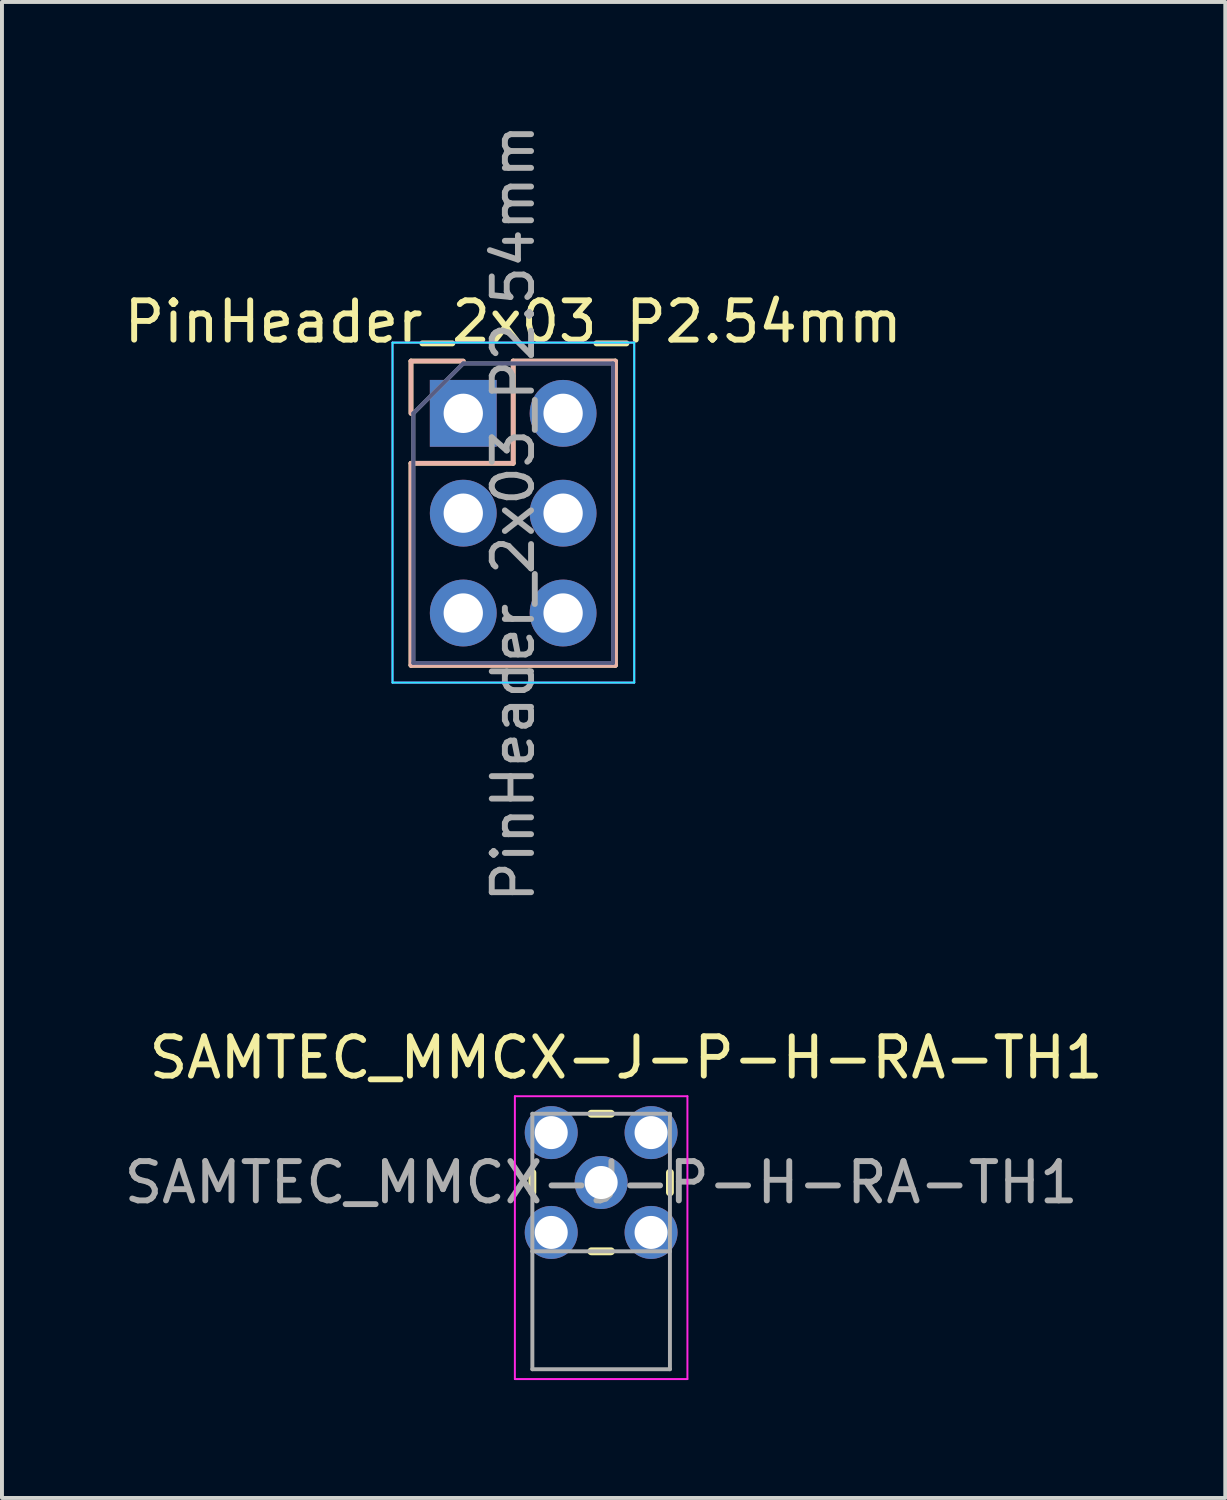
<source format=kicad_pcb>
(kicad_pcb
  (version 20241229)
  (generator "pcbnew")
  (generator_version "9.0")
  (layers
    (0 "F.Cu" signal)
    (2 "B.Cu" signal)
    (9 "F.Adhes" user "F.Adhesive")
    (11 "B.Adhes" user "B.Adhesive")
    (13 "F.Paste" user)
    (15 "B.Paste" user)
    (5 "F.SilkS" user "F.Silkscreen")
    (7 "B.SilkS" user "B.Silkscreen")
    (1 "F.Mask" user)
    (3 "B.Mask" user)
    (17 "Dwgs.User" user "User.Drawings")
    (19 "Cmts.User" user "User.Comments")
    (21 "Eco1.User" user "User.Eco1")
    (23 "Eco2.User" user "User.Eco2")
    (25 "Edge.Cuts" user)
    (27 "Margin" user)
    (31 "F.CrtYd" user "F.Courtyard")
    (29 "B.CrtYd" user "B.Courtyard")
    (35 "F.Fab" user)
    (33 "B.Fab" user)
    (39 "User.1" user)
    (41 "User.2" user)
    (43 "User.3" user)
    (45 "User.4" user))
  (footprint "PinHeader_2x03_P2.54mm"
    (layer "F.Cu")
    (at 8.736 7.466)
    (property "Reference" "PinHeader_2x03_P2.54mm" (at 1.27 -2.33 0) (layer "F.SilkS") (effects (font (size 1 1) (thickness 0.15))))
    (attr through_hole)
    (fp_line (start -1.33 -1.33) (end 0 -1.33) (stroke (width 0.12) (type solid)) (layer "F.SilkS"))
    (fp_line (start -1.33 0) (end -1.33 -1.33) (stroke (width 0.12) (type solid)) (layer "F.SilkS"))
    (fp_line (start -1.33 1.27) (end -1.33 6.41) (stroke (width 0.12) (type solid)) (layer "F.SilkS"))
    (fp_line (start -1.33 1.27) (end 1.27 1.27) (stroke (width 0.12) (type solid)) (layer "F.SilkS"))
    (fp_line (start -1.33 6.41) (end 3.87 6.41) (stroke (width 0.12) (type solid)) (layer "F.SilkS"))
    (fp_line (start 1.27 -1.33) (end 3.87 -1.33) (stroke (width 0.12) (type solid)) (layer "F.SilkS"))
    (fp_line (start 1.27 1.27) (end 1.27 -1.33) (stroke (width 0.12) (type solid)) (layer "F.SilkS"))
    (fp_line (start 3.87 -1.33) (end 3.87 6.41) (stroke (width 0.12) (type solid)) (layer "F.SilkS"))
    (fp_line (start -1.33 -1.33) (end 0 -1.33) (stroke (width 0.12) (type solid)) (layer "B.SilkS"))
    (fp_line (start -1.33 0) (end -1.33 -1.33) (stroke (width 0.12) (type solid)) (layer "B.SilkS"))
    (fp_line (start -1.33 1.27) (end -1.33 6.41) (stroke (width 0.12) (type solid)) (layer "B.SilkS"))
    (fp_line (start -1.33 1.27) (end 1.27 1.27) (stroke (width 0.12) (type solid)) (layer "B.SilkS"))
    (fp_line (start -1.33 6.41) (end 3.87 6.41) (stroke (width 0.12) (type solid)) (layer "B.SilkS"))
    (fp_line (start 1.27 -1.33) (end 3.87 -1.33) (stroke (width 0.12) (type solid)) (layer "B.SilkS"))
    (fp_line (start 1.27 1.27) (end 1.27 -1.33) (stroke (width 0.12) (type solid)) (layer "B.SilkS"))
    (fp_line (start 3.87 -1.33) (end 3.87 6.41) (stroke (width 0.12) (type solid)) (layer "B.SilkS"))
    (fp_line (start -1.8 -1.8) (end -1.8 6.85) (stroke (width 0.05) (type solid)) (layer "B.CrtYd"))
    (fp_line (start -1.8 6.85) (end 4.35 6.85) (stroke (width 0.05) (type solid)) (layer "B.CrtYd"))
    (fp_line (start 4.35 -1.8) (end -1.8 -1.8) (stroke (width 0.05) (type solid)) (layer "B.CrtYd"))
    (fp_line (start 4.35 6.85) (end 4.35 -1.8) (stroke (width 0.05) (type solid)) (layer "B.CrtYd"))
    (fp_line (start -1.8 -1.8) (end -1.8 6.85) (stroke (width 0.05) (type solid)) (layer "F.CrtYd"))
    (fp_line (start -1.8 6.85) (end 4.35 6.85) (stroke (width 0.05) (type solid)) (layer "F.CrtYd"))
    (fp_line (start 4.35 -1.8) (end -1.8 -1.8) (stroke (width 0.05) (type solid)) (layer "F.CrtYd"))
    (fp_line (start 4.35 6.85) (end 4.35 -1.8) (stroke (width 0.05) (type solid)) (layer "F.CrtYd"))
    (fp_line (start -1.27 0) (end 0 -1.27) (stroke (width 0.1) (type solid)) (layer "B.Fab"))
    (fp_line (start -1.27 6.35) (end -1.27 0) (stroke (width 0.1) (type solid)) (layer "B.Fab"))
    (fp_line (start 0 -1.27) (end 3.81 -1.27) (stroke (width 0.1) (type solid)) (layer "B.Fab"))
    (fp_line (start 3.81 -1.27) (end 3.81 6.35) (stroke (width 0.1) (type solid)) (layer "B.Fab"))
    (fp_line (start 3.81 6.35) (end -1.27 6.35) (stroke (width 0.1) (type solid)) (layer "B.Fab"))
    (fp_line (start -1.27 0) (end 0 -1.27) (stroke (width 0.1) (type solid)) (layer "F.Fab"))
    (fp_line (start -1.27 6.35) (end -1.27 0) (stroke (width 0.1) (type solid)) (layer "F.Fab"))
    (fp_line (start 0 -1.27) (end 3.81 -1.27) (stroke (width 0.1) (type solid)) (layer "F.Fab"))
    (fp_line (start 3.81 -1.27) (end 3.81 6.35) (stroke (width 0.1) (type solid)) (layer "F.Fab"))
    (fp_line (start 3.81 6.35) (end -1.27 6.35) (stroke (width 0.1) (type solid)) (layer "F.Fab"))
    (fp_text user "${REFERENCE}" (at 1.27 2.54 90) (layer "F.Fab") (effects (font (size 1 1) (thickness 0.15))))
    (pad "1" thru_hole rect (at 0 0) (size 1.7 1.7) (drill 1) (layers "*.Cu" "*.Mask"))
    (pad "2" thru_hole oval (at 2.54 0) (size 1.7 1.7) (drill 1) (layers "*.Cu" "*.Mask"))
    (pad "3" thru_hole oval (at 0 2.54) (size 1.7 1.7) (drill 1) (layers "*.Cu" "*.Mask"))
    (pad "4" thru_hole oval (at 2.54 2.54) (size 1.7 1.7) (drill 1) (layers "*.Cu" "*.Mask"))
    (pad "5" thru_hole oval (at 0 5.08) (size 1.7 1.7) (drill 1) (layers "*.Cu" "*.Mask"))
    (pad "6" thru_hole oval (at 2.54 5.08) (size 1.7 1.7) (drill 1) (layers "*.Cu" "*.Mask")))
  (footprint "SAMTEC_MMCX-J-P-H-RA-TH1"
    (layer "F.Cu")
    (at 12.244 27.035)
    (property "Reference" "SAMTEC_MMCX-J-P-H-RA-TH1" (at 0.635 -3.175 0) (layer "F.SilkS") (effects (font (size 1 1) (thickness 0.15))))
    (attr through_hole)
    (fp_line (start -1.75 -0.25) (end -1.75 0.25) (stroke (width 0.2) (type solid)) (layer "F.SilkS"))
    (fp_line (start -0.25 -1.75) (end 0.25 -1.75) (stroke (width 0.2) (type solid)) (layer "F.SilkS"))
    (fp_line (start -0.25 1.75) (end 0.25 1.75) (stroke (width 0.2) (type solid)) (layer "F.SilkS"))
    (fp_line (start 1.75 -0.25) (end 1.75 0.25) (stroke (width 0.2) (type solid)) (layer "F.SilkS"))
    (fp_line (start -2.195 -2.195) (end 2.195 -2.195) (stroke (width 0.05) (type solid)) (layer "F.CrtYd"))
    (fp_line (start -2.195 5) (end -2.195 -2.195) (stroke (width 0.05) (type solid)) (layer "F.CrtYd"))
    (fp_line (start 2.195 -2.195) (end 2.195 5) (stroke (width 0.05) (type solid)) (layer "F.CrtYd"))
    (fp_line (start 2.195 5) (end -2.195 5) (stroke (width 0.05) (type solid)) (layer "F.CrtYd"))
    (fp_line (start -1.75 -1.75) (end 1.75 -1.75) (stroke (width 0.1) (type solid)) (layer "F.Fab"))
    (fp_line (start -1.75 1.75) (end -1.75 -1.75) (stroke (width 0.1) (type solid)) (layer "F.Fab"))
    (fp_line (start -1.75 1.75) (end 1.75 1.75) (stroke (width 0.1) (type solid)) (layer "F.Fab"))
    (fp_line (start -1.75 4.75) (end -1.75 1.75) (stroke (width 0.1) (type solid)) (layer "F.Fab"))
    (fp_line (start 1.75 -1.75) (end 1.75 1.75) (stroke (width 0.1) (type solid)) (layer "F.Fab"))
    (fp_line (start 1.75 1.75) (end 1.75 4.75) (stroke (width 0.1) (type solid)) (layer "F.Fab"))
    (fp_line (start 1.75 4.75) (end -1.75 4.75) (stroke (width 0.1) (type solid)) (layer "F.Fab"))
    (fp_text user "${REFERENCE}" (at 0 0 0) (layer "F.Fab") (effects (font (size 1 1) (thickness 0.15))))
    (pad "1" thru_hole circle (at 0 0) (size 1.348 1.348) (drill 0.84) (layers "*.Cu" "*.Mask"))
    (pad "2" thru_hole circle (at -1.27 -1.27) (size 1.348 1.348) (drill 0.84) (layers "*.Cu" "*.Mask"))
    (pad "2" thru_hole circle (at -1.27 1.27) (size 1.348 1.348) (drill 0.84) (layers "*.Cu" "*.Mask"))
    (pad "2" thru_hole circle (at 1.27 -1.27) (size 1.348 1.348) (drill 0.84) (layers "*.Cu" "*.Mask"))
    (pad "2" thru_hole circle (at 1.27 1.27) (size 1.348 1.348) (drill 0.84) (layers "*.Cu" "*.Mask")))
  (gr_rect
    (start -3 -3)
    (end 28.123 35.06)
    (stroke (width 0.1) (type default))
    (fill no)
    (layer "Edge.Cuts")))
</source>
